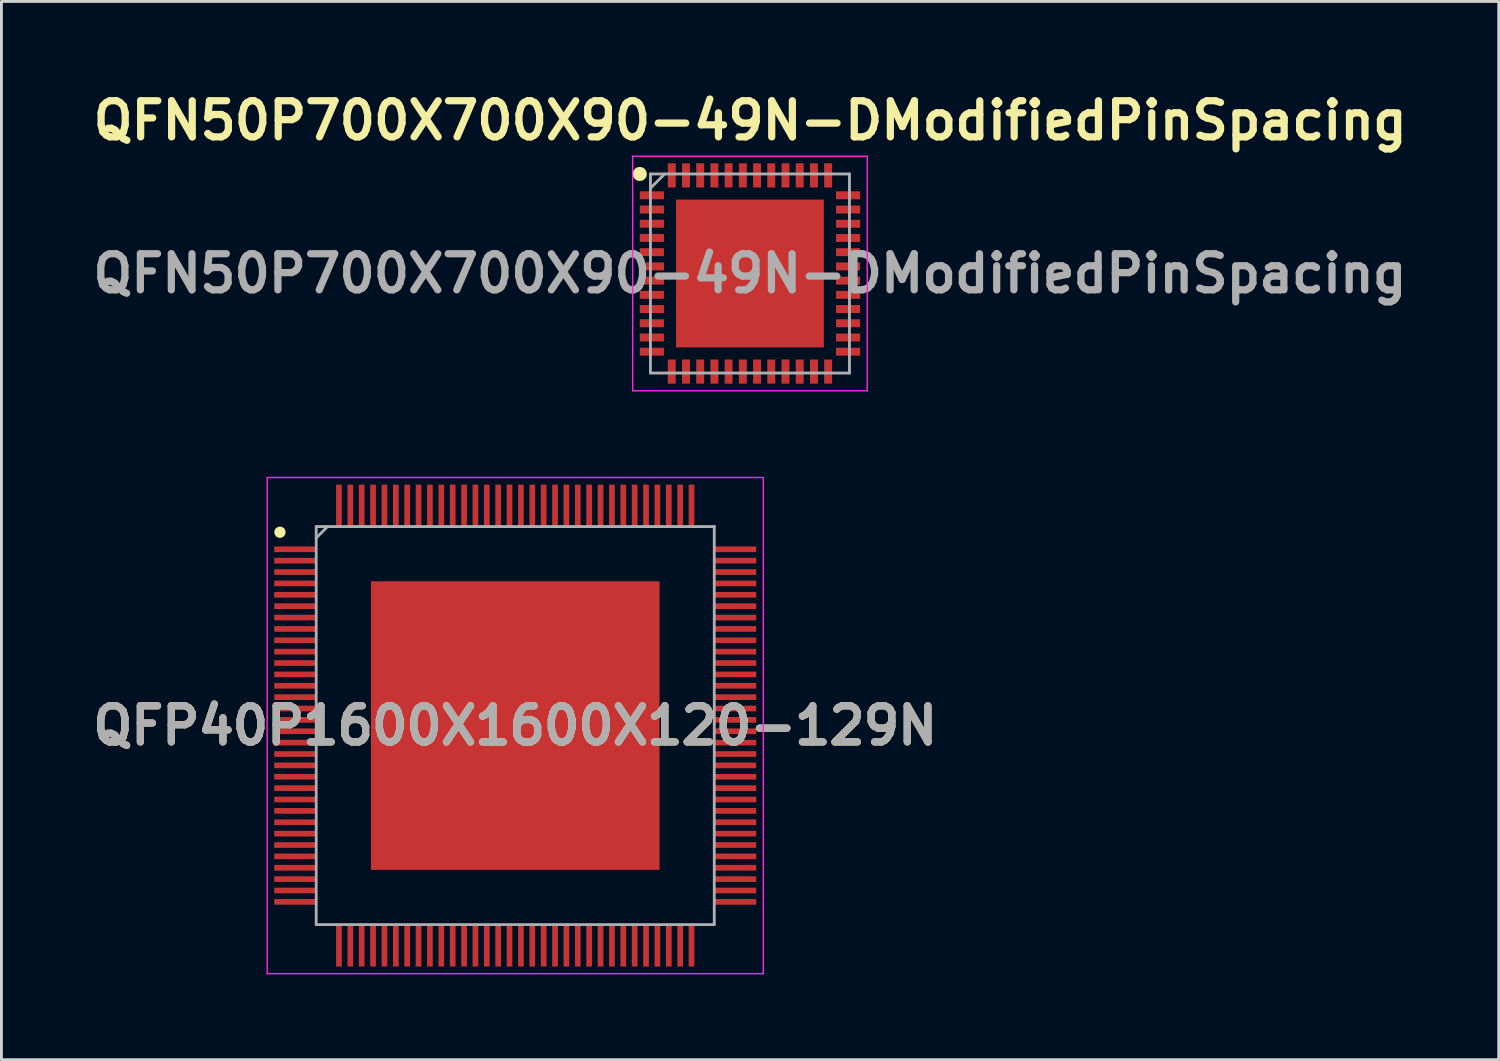
<source format=kicad_pcb>
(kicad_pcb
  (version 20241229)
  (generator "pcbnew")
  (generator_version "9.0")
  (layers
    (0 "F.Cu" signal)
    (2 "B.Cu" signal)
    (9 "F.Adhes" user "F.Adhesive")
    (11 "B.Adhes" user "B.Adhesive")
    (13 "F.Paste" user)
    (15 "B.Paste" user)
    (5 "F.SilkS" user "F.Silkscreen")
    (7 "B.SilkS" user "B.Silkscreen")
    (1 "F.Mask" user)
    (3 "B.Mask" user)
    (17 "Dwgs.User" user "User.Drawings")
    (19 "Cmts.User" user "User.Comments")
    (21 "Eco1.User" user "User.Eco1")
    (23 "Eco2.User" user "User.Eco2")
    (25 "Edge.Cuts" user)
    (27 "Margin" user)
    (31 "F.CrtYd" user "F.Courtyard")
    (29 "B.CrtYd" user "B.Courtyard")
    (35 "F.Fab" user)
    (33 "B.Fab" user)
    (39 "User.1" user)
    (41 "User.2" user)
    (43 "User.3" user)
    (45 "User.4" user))
  (footprint "QFN50P700X700X90-49N-DModifiedPinSpacing"
    (layer "F.Cu")
    (at 23.326 6.569)
    (property "Reference" "QFN50P700X700X90-49N-DModifiedPinSpacing" (at 0.01 -5.38 0) (layer "F.SilkS") (effects (font (size 1.27 1.27) (thickness 0.254))))
    (attr smd)
    (fp_circle (center -3.875 -3.5) (end -3.875 -3.375) (stroke (width 0.25) (type solid)) (fill no) (layer "F.SilkS"))
    (fp_line (start -4.125 -4.125) (end 4.125 -4.125) (stroke (width 0.05) (type solid)) (layer "F.CrtYd"))
    (fp_line (start -4.125 4.125) (end -4.125 -4.125) (stroke (width 0.05) (type solid)) (layer "F.CrtYd"))
    (fp_line (start 4.125 -4.125) (end 4.125 4.125) (stroke (width 0.05) (type solid)) (layer "F.CrtYd"))
    (fp_line (start 4.125 4.125) (end -4.125 4.125) (stroke (width 0.05) (type solid)) (layer "F.CrtYd"))
    (fp_line (start -3.5 -3.5) (end 3.5 -3.5) (stroke (width 0.1) (type solid)) (layer "F.Fab"))
    (fp_line (start -3.5 -3) (end -3 -3.5) (stroke (width 0.1) (type solid)) (layer "F.Fab"))
    (fp_line (start -3.5 3.5) (end -3.5 -3.5) (stroke (width 0.1) (type solid)) (layer "F.Fab"))
    (fp_line (start 3.5 -3.5) (end 3.5 3.5) (stroke (width 0.1) (type solid)) (layer "F.Fab"))
    (fp_line (start 3.5 3.5) (end -3.5 3.5) (stroke (width 0.1) (type solid)) (layer "F.Fab"))
    (fp_text user "${REFERENCE}" (at 0 0 0) (layer "F.Fab") (effects (font (size 1.27 1.27) (thickness 0.254))))
    (pad "1" smd rect (at -3.45 -2.75 90) (size 0.28 0.85) (layers "F.Cu" "F.Mask" "F.Paste"))
    (pad "2" smd rect (at -3.45 -2.25 90) (size 0.28 0.85) (layers "F.Cu" "F.Mask" "F.Paste"))
    (pad "3" smd rect (at -3.45 -1.75 90) (size 0.28 0.85) (layers "F.Cu" "F.Mask" "F.Paste"))
    (pad "4" smd rect (at -3.45 -1.25 90) (size 0.28 0.85) (layers "F.Cu" "F.Mask" "F.Paste"))
    (pad "5" smd rect (at -3.45 -0.75 90) (size 0.28 0.85) (layers "F.Cu" "F.Mask" "F.Paste"))
    (pad "6" smd rect (at -3.45 -0.25 90) (size 0.28 0.85) (layers "F.Cu" "F.Mask" "F.Paste"))
    (pad "7" smd rect (at -3.45 0.25 90) (size 0.28 0.85) (layers "F.Cu" "F.Mask" "F.Paste"))
    (pad "8" smd rect (at -3.45 0.75 90) (size 0.28 0.85) (layers "F.Cu" "F.Mask" "F.Paste"))
    (pad "9" smd rect (at -3.45 1.25 90) (size 0.28 0.85) (layers "F.Cu" "F.Mask" "F.Paste"))
    (pad "10" smd rect (at -3.45 1.75 90) (size 0.28 0.85) (layers "F.Cu" "F.Mask" "F.Paste"))
    (pad "11" smd rect (at -3.45 2.25 90) (size 0.28 0.85) (layers "F.Cu" "F.Mask" "F.Paste"))
    (pad "12" smd rect (at -3.45 2.75 90) (size 0.28 0.85) (layers "F.Cu" "F.Mask" "F.Paste"))
    (pad "13" smd rect (at -2.75 3.45) (size 0.28 0.85) (layers "F.Cu" "F.Mask" "F.Paste"))
    (pad "14" smd rect (at -2.25 3.45) (size 0.28 0.85) (layers "F.Cu" "F.Mask" "F.Paste"))
    (pad "15" smd rect (at -1.75 3.45) (size 0.28 0.85) (layers "F.Cu" "F.Mask" "F.Paste"))
    (pad "16" smd rect (at -1.25 3.45) (size 0.28 0.85) (layers "F.Cu" "F.Mask" "F.Paste"))
    (pad "17" smd rect (at -0.75 3.45) (size 0.28 0.85) (layers "F.Cu" "F.Mask" "F.Paste"))
    (pad "18" smd rect (at -0.25 3.45) (size 0.28 0.85) (layers "F.Cu" "F.Mask" "F.Paste"))
    (pad "19" smd rect (at 0.25 3.45) (size 0.28 0.85) (layers "F.Cu" "F.Mask" "F.Paste"))
    (pad "20" smd rect (at 0.75 3.45) (size 0.28 0.85) (layers "F.Cu" "F.Mask" "F.Paste"))
    (pad "21" smd rect (at 1.25 3.45) (size 0.28 0.85) (layers "F.Cu" "F.Mask" "F.Paste"))
    (pad "22" smd rect (at 1.75 3.45) (size 0.28 0.85) (layers "F.Cu" "F.Mask" "F.Paste"))
    (pad "23" smd rect (at 2.25 3.45) (size 0.28 0.85) (layers "F.Cu" "F.Mask" "F.Paste"))
    (pad "24" smd rect (at 2.75 3.45) (size 0.28 0.85) (layers "F.Cu" "F.Mask" "F.Paste"))
    (pad "25" smd rect (at 3.45 2.75 90) (size 0.28 0.85) (layers "F.Cu" "F.Mask" "F.Paste"))
    (pad "26" smd rect (at 3.45 2.25 90) (size 0.28 0.85) (layers "F.Cu" "F.Mask" "F.Paste"))
    (pad "27" smd rect (at 3.45 1.75 90) (size 0.28 0.85) (layers "F.Cu" "F.Mask" "F.Paste"))
    (pad "28" smd rect (at 3.45 1.25 90) (size 0.28 0.85) (layers "F.Cu" "F.Mask" "F.Paste"))
    (pad "29" smd rect (at 3.45 0.75 90) (size 0.28 0.85) (layers "F.Cu" "F.Mask" "F.Paste"))
    (pad "30" smd rect (at 3.45 0.25 90) (size 0.28 0.85) (layers "F.Cu" "F.Mask" "F.Paste"))
    (pad "31" smd rect (at 3.45 -0.25 90) (size 0.28 0.85) (layers "F.Cu" "F.Mask" "F.Paste"))
    (pad "32" smd rect (at 3.45 -0.75 90) (size 0.28 0.85) (layers "F.Cu" "F.Mask" "F.Paste"))
    (pad "33" smd rect (at 3.45 -1.25 90) (size 0.28 0.85) (layers "F.Cu" "F.Mask" "F.Paste"))
    (pad "34" smd rect (at 3.45 -1.75 90) (size 0.28 0.85) (layers "F.Cu" "F.Mask" "F.Paste"))
    (pad "35" smd rect (at 3.45 -2.25 90) (size 0.28 0.85) (layers "F.Cu" "F.Mask" "F.Paste"))
    (pad "36" smd rect (at 3.45 -2.75 90) (size 0.28 0.85) (layers "F.Cu" "F.Mask" "F.Paste"))
    (pad "37" smd rect (at 2.75 -3.45) (size 0.28 0.85) (layers "F.Cu" "F.Mask" "F.Paste"))
    (pad "38" smd rect (at 2.25 -3.45) (size 0.28 0.85) (layers "F.Cu" "F.Mask" "F.Paste"))
    (pad "39" smd rect (at 1.75 -3.45) (size 0.28 0.85) (layers "F.Cu" "F.Mask" "F.Paste"))
    (pad "40" smd rect (at 1.25 -3.45) (size 0.28 0.85) (layers "F.Cu" "F.Mask" "F.Paste"))
    (pad "41" smd rect (at 0.75 -3.45) (size 0.28 0.85) (layers "F.Cu" "F.Mask" "F.Paste"))
    (pad "42" smd rect (at 0.25 -3.45) (size 0.28 0.85) (layers "F.Cu" "F.Mask" "F.Paste"))
    (pad "43" smd rect (at -0.25 -3.45) (size 0.28 0.85) (layers "F.Cu" "F.Mask" "F.Paste"))
    (pad "44" smd rect (at -0.75 -3.45) (size 0.28 0.85) (layers "F.Cu" "F.Mask" "F.Paste"))
    (pad "45" smd rect (at -1.25 -3.45) (size 0.28 0.85) (layers "F.Cu" "F.Mask" "F.Paste"))
    (pad "46" smd rect (at -1.75 -3.45) (size 0.28 0.85) (layers "F.Cu" "F.Mask" "F.Paste"))
    (pad "47" smd rect (at -2.25 -3.45) (size 0.28 0.85) (layers "F.Cu" "F.Mask" "F.Paste"))
    (pad "48" smd rect (at -2.75 -3.45) (size 0.28 0.85) (layers "F.Cu" "F.Mask" "F.Paste"))
    (pad "49" smd rect (at 0 0) (size 5.2 5.2) (layers "F.Cu" "F.Mask" "F.Paste")))
  (footprint "QFP40P1600X1600X120-129N"
    (layer "F.Cu")
    (at 15.071 22.469)
    (property "Reference" "QFP40P1600X1600X120-129N" (at 0 0 0) (layer "F.SilkS") (effects (font (size 1.27 1.27) (thickness 0.254))))
    (attr smd)
    (fp_circle (center -8.275 -6.8) (end -8.275 -6.7) (stroke (width 0.2) (type solid)) (fill no) (layer "F.SilkS"))
    (fp_line (start -8.725 -8.725) (end 8.725 -8.725) (stroke (width 0.05) (type solid)) (layer "F.CrtYd"))
    (fp_line (start -8.725 8.725) (end -8.725 -8.725) (stroke (width 0.05) (type solid)) (layer "F.CrtYd"))
    (fp_line (start 8.725 -8.725) (end 8.725 8.725) (stroke (width 0.05) (type solid)) (layer "F.CrtYd"))
    (fp_line (start 8.725 8.725) (end -8.725 8.725) (stroke (width 0.05) (type solid)) (layer "F.CrtYd"))
    (fp_line (start -7 -7) (end 7 -7) (stroke (width 0.1) (type solid)) (layer "F.Fab"))
    (fp_line (start -7 -6.6) (end -6.6 -7) (stroke (width 0.1) (type solid)) (layer "F.Fab"))
    (fp_line (start -7 7) (end -7 -7) (stroke (width 0.1) (type solid)) (layer "F.Fab"))
    (fp_line (start 7 -7) (end 7 7) (stroke (width 0.1) (type solid)) (layer "F.Fab"))
    (fp_line (start 7 7) (end -7 7) (stroke (width 0.1) (type solid)) (layer "F.Fab"))
    (fp_text user "${REFERENCE}" (at 0 0 0) (layer "F.Fab") (effects (font (size 1.27 1.27) (thickness 0.254))))
    (pad "1" smd rect (at -7.738 -6.2 90) (size 0.2 1.475) (layers "F.Cu" "F.Mask" "F.Paste"))
    (pad "2" smd rect (at -7.738 -5.8 90) (size 0.2 1.475) (layers "F.Cu" "F.Mask" "F.Paste"))
    (pad "3" smd rect (at -7.738 -5.4 90) (size 0.2 1.475) (layers "F.Cu" "F.Mask" "F.Paste"))
    (pad "4" smd rect (at -7.738 -5 90) (size 0.2 1.475) (layers "F.Cu" "F.Mask" "F.Paste"))
    (pad "5" smd rect (at -7.738 -4.6 90) (size 0.2 1.475) (layers "F.Cu" "F.Mask" "F.Paste"))
    (pad "6" smd rect (at -7.738 -4.2 90) (size 0.2 1.475) (layers "F.Cu" "F.Mask" "F.Paste"))
    (pad "7" smd rect (at -7.738 -3.8 90) (size 0.2 1.475) (layers "F.Cu" "F.Mask" "F.Paste"))
    (pad "8" smd rect (at -7.738 -3.4 90) (size 0.2 1.475) (layers "F.Cu" "F.Mask" "F.Paste"))
    (pad "9" smd rect (at -7.738 -3 90) (size 0.2 1.475) (layers "F.Cu" "F.Mask" "F.Paste"))
    (pad "10" smd rect (at -7.738 -2.6 90) (size 0.2 1.475) (layers "F.Cu" "F.Mask" "F.Paste"))
    (pad "11" smd rect (at -7.738 -2.2 90) (size 0.2 1.475) (layers "F.Cu" "F.Mask" "F.Paste"))
    (pad "12" smd rect (at -7.738 -1.8 90) (size 0.2 1.475) (layers "F.Cu" "F.Mask" "F.Paste"))
    (pad "13" smd rect (at -7.738 -1.4 90) (size 0.2 1.475) (layers "F.Cu" "F.Mask" "F.Paste"))
    (pad "14" smd rect (at -7.738 -1 90) (size 0.2 1.475) (layers "F.Cu" "F.Mask" "F.Paste"))
    (pad "15" smd rect (at -7.738 -0.6 90) (size 0.2 1.475) (layers "F.Cu" "F.Mask" "F.Paste"))
    (pad "16" smd rect (at -7.738 -0.2 90) (size 0.2 1.475) (layers "F.Cu" "F.Mask" "F.Paste"))
    (pad "17" smd rect (at -7.738 0.2 90) (size 0.2 1.475) (layers "F.Cu" "F.Mask" "F.Paste"))
    (pad "18" smd rect (at -7.738 0.6 90) (size 0.2 1.475) (layers "F.Cu" "F.Mask" "F.Paste"))
    (pad "19" smd rect (at -7.738 1 90) (size 0.2 1.475) (layers "F.Cu" "F.Mask" "F.Paste"))
    (pad "20" smd rect (at -7.738 1.4 90) (size 0.2 1.475) (layers "F.Cu" "F.Mask" "F.Paste"))
    (pad "21" smd rect (at -7.738 1.8 90) (size 0.2 1.475) (layers "F.Cu" "F.Mask" "F.Paste"))
    (pad "22" smd rect (at -7.738 2.2 90) (size 0.2 1.475) (layers "F.Cu" "F.Mask" "F.Paste"))
    (pad "23" smd rect (at -7.738 2.6 90) (size 0.2 1.475) (layers "F.Cu" "F.Mask" "F.Paste"))
    (pad "24" smd rect (at -7.738 3 90) (size 0.2 1.475) (layers "F.Cu" "F.Mask" "F.Paste"))
    (pad "25" smd rect (at -7.738 3.4 90) (size 0.2 1.475) (layers "F.Cu" "F.Mask" "F.Paste"))
    (pad "26" smd rect (at -7.738 3.8 90) (size 0.2 1.475) (layers "F.Cu" "F.Mask" "F.Paste"))
    (pad "27" smd rect (at -7.738 4.2 90) (size 0.2 1.475) (layers "F.Cu" "F.Mask" "F.Paste"))
    (pad "28" smd rect (at -7.738 4.6 90) (size 0.2 1.475) (layers "F.Cu" "F.Mask" "F.Paste"))
    (pad "29" smd rect (at -7.738 5 90) (size 0.2 1.475) (layers "F.Cu" "F.Mask" "F.Paste"))
    (pad "30" smd rect (at -7.738 5.4 90) (size 0.2 1.475) (layers "F.Cu" "F.Mask" "F.Paste"))
    (pad "31" smd rect (at -7.738 5.8 90) (size 0.2 1.475) (layers "F.Cu" "F.Mask" "F.Paste"))
    (pad "32" smd rect (at -7.738 6.2 90) (size 0.2 1.475) (layers "F.Cu" "F.Mask" "F.Paste"))
    (pad "33" smd rect (at -6.2 7.738) (size 0.2 1.475) (layers "F.Cu" "F.Mask" "F.Paste"))
    (pad "34" smd rect (at -5.8 7.738) (size 0.2 1.475) (layers "F.Cu" "F.Mask" "F.Paste"))
    (pad "35" smd rect (at -5.4 7.738) (size 0.2 1.475) (layers "F.Cu" "F.Mask" "F.Paste"))
    (pad "36" smd rect (at -5 7.738) (size 0.2 1.475) (layers "F.Cu" "F.Mask" "F.Paste"))
    (pad "37" smd rect (at -4.6 7.738) (size 0.2 1.475) (layers "F.Cu" "F.Mask" "F.Paste"))
    (pad "38" smd rect (at -4.2 7.738) (size 0.2 1.475) (layers "F.Cu" "F.Mask" "F.Paste"))
    (pad "39" smd rect (at -3.8 7.738) (size 0.2 1.475) (layers "F.Cu" "F.Mask" "F.Paste"))
    (pad "40" smd rect (at -3.4 7.738) (size 0.2 1.475) (layers "F.Cu" "F.Mask" "F.Paste"))
    (pad "41" smd rect (at -3 7.738) (size 0.2 1.475) (layers "F.Cu" "F.Mask" "F.Paste"))
    (pad "42" smd rect (at -2.6 7.738) (size 0.2 1.475) (layers "F.Cu" "F.Mask" "F.Paste"))
    (pad "43" smd rect (at -2.2 7.738) (size 0.2 1.475) (layers "F.Cu" "F.Mask" "F.Paste"))
    (pad "44" smd rect (at -1.8 7.738) (size 0.2 1.475) (layers "F.Cu" "F.Mask" "F.Paste"))
    (pad "45" smd rect (at -1.4 7.738) (size 0.2 1.475) (layers "F.Cu" "F.Mask" "F.Paste"))
    (pad "46" smd rect (at -1 7.738) (size 0.2 1.475) (layers "F.Cu" "F.Mask" "F.Paste"))
    (pad "47" smd rect (at -0.6 7.738) (size 0.2 1.475) (layers "F.Cu" "F.Mask" "F.Paste"))
    (pad "48" smd rect (at -0.2 7.738) (size 0.2 1.475) (layers "F.Cu" "F.Mask" "F.Paste"))
    (pad "49" smd rect (at 0.2 7.738) (size 0.2 1.475) (layers "F.Cu" "F.Mask" "F.Paste"))
    (pad "50" smd rect (at 0.6 7.738) (size 0.2 1.475) (layers "F.Cu" "F.Mask" "F.Paste"))
    (pad "51" smd rect (at 1 7.738) (size 0.2 1.475) (layers "F.Cu" "F.Mask" "F.Paste"))
    (pad "52" smd rect (at 1.4 7.738) (size 0.2 1.475) (layers "F.Cu" "F.Mask" "F.Paste"))
    (pad "53" smd rect (at 1.8 7.738) (size 0.2 1.475) (layers "F.Cu" "F.Mask" "F.Paste"))
    (pad "54" smd rect (at 2.2 7.738) (size 0.2 1.475) (layers "F.Cu" "F.Mask" "F.Paste"))
    (pad "55" smd rect (at 2.6 7.738) (size 0.2 1.475) (layers "F.Cu" "F.Mask" "F.Paste"))
    (pad "56" smd rect (at 3 7.738) (size 0.2 1.475) (layers "F.Cu" "F.Mask" "F.Paste"))
    (pad "57" smd rect (at 3.4 7.738) (size 0.2 1.475) (layers "F.Cu" "F.Mask" "F.Paste"))
    (pad "58" smd rect (at 3.8 7.738) (size 0.2 1.475) (layers "F.Cu" "F.Mask" "F.Paste"))
    (pad "59" smd rect (at 4.2 7.738) (size 0.2 1.475) (layers "F.Cu" "F.Mask" "F.Paste"))
    (pad "60" smd rect (at 4.6 7.738) (size 0.2 1.475) (layers "F.Cu" "F.Mask" "F.Paste"))
    (pad "61" smd rect (at 5 7.738) (size 0.2 1.475) (layers "F.Cu" "F.Mask" "F.Paste"))
    (pad "62" smd rect (at 5.4 7.738) (size 0.2 1.475) (layers "F.Cu" "F.Mask" "F.Paste"))
    (pad "63" smd rect (at 5.8 7.738) (size 0.2 1.475) (layers "F.Cu" "F.Mask" "F.Paste"))
    (pad "64" smd rect (at 6.2 7.738) (size 0.2 1.475) (layers "F.Cu" "F.Mask" "F.Paste"))
    (pad "65" smd rect (at 7.738 6.2 90) (size 0.2 1.475) (layers "F.Cu" "F.Mask" "F.Paste"))
    (pad "66" smd rect (at 7.738 5.8 90) (size 0.2 1.475) (layers "F.Cu" "F.Mask" "F.Paste"))
    (pad "67" smd rect (at 7.738 5.4 90) (size 0.2 1.475) (layers "F.Cu" "F.Mask" "F.Paste"))
    (pad "68" smd rect (at 7.738 5 90) (size 0.2 1.475) (layers "F.Cu" "F.Mask" "F.Paste"))
    (pad "69" smd rect (at 7.738 4.6 90) (size 0.2 1.475) (layers "F.Cu" "F.Mask" "F.Paste"))
    (pad "70" smd rect (at 7.738 4.2 90) (size 0.2 1.475) (layers "F.Cu" "F.Mask" "F.Paste"))
    (pad "71" smd rect (at 7.738 3.8 90) (size 0.2 1.475) (layers "F.Cu" "F.Mask" "F.Paste"))
    (pad "72" smd rect (at 7.738 3.4 90) (size 0.2 1.475) (layers "F.Cu" "F.Mask" "F.Paste"))
    (pad "73" smd rect (at 7.738 3 90) (size 0.2 1.475) (layers "F.Cu" "F.Mask" "F.Paste"))
    (pad "74" smd rect (at 7.738 2.6 90) (size 0.2 1.475) (layers "F.Cu" "F.Mask" "F.Paste"))
    (pad "75" smd rect (at 7.738 2.2 90) (size 0.2 1.475) (layers "F.Cu" "F.Mask" "F.Paste"))
    (pad "76" smd rect (at 7.738 1.8 90) (size 0.2 1.475) (layers "F.Cu" "F.Mask" "F.Paste"))
    (pad "77" smd rect (at 7.738 1.4 90) (size 0.2 1.475) (layers "F.Cu" "F.Mask" "F.Paste"))
    (pad "78" smd rect (at 7.738 1 90) (size 0.2 1.475) (layers "F.Cu" "F.Mask" "F.Paste"))
    (pad "79" smd rect (at 7.738 0.6 90) (size 0.2 1.475) (layers "F.Cu" "F.Mask" "F.Paste"))
    (pad "80" smd rect (at 7.738 0.2 90) (size 0.2 1.475) (layers "F.Cu" "F.Mask" "F.Paste"))
    (pad "81" smd rect (at 7.738 -0.2 90) (size 0.2 1.475) (layers "F.Cu" "F.Mask" "F.Paste"))
    (pad "82" smd rect (at 7.738 -0.6 90) (size 0.2 1.475) (layers "F.Cu" "F.Mask" "F.Paste"))
    (pad "83" smd rect (at 7.738 -1 90) (size 0.2 1.475) (layers "F.Cu" "F.Mask" "F.Paste"))
    (pad "84" smd rect (at 7.738 -1.4 90) (size 0.2 1.475) (layers "F.Cu" "F.Mask" "F.Paste"))
    (pad "85" smd rect (at 7.738 -1.8 90) (size 0.2 1.475) (layers "F.Cu" "F.Mask" "F.Paste"))
    (pad "86" smd rect (at 7.738 -2.2 90) (size 0.2 1.475) (layers "F.Cu" "F.Mask" "F.Paste"))
    (pad "87" smd rect (at 7.738 -2.6 90) (size 0.2 1.475) (layers "F.Cu" "F.Mask" "F.Paste"))
    (pad "88" smd rect (at 7.738 -3 90) (size 0.2 1.475) (layers "F.Cu" "F.Mask" "F.Paste"))
    (pad "89" smd rect (at 7.738 -3.4 90) (size 0.2 1.475) (layers "F.Cu" "F.Mask" "F.Paste"))
    (pad "90" smd rect (at 7.738 -3.8 90) (size 0.2 1.475) (layers "F.Cu" "F.Mask" "F.Paste"))
    (pad "91" smd rect (at 7.738 -4.2 90) (size 0.2 1.475) (layers "F.Cu" "F.Mask" "F.Paste"))
    (pad "92" smd rect (at 7.738 -4.6 90) (size 0.2 1.475) (layers "F.Cu" "F.Mask" "F.Paste"))
    (pad "93" smd rect (at 7.738 -5 90) (size 0.2 1.475) (layers "F.Cu" "F.Mask" "F.Paste"))
    (pad "94" smd rect (at 7.738 -5.4 90) (size 0.2 1.475) (layers "F.Cu" "F.Mask" "F.Paste"))
    (pad "95" smd rect (at 7.738 -5.8 90) (size 0.2 1.475) (layers "F.Cu" "F.Mask" "F.Paste"))
    (pad "96" smd rect (at 7.738 -6.2 90) (size 0.2 1.475) (layers "F.Cu" "F.Mask" "F.Paste"))
    (pad "97" smd rect (at 6.2 -7.738) (size 0.2 1.475) (layers "F.Cu" "F.Mask" "F.Paste"))
    (pad "98" smd rect (at 5.8 -7.738) (size 0.2 1.475) (layers "F.Cu" "F.Mask" "F.Paste"))
    (pad "99" smd rect (at 5.4 -7.738) (size 0.2 1.475) (layers "F.Cu" "F.Mask" "F.Paste"))
    (pad "100" smd rect (at 5 -7.738) (size 0.2 1.475) (layers "F.Cu" "F.Mask" "F.Paste"))
    (pad "101" smd rect (at 4.6 -7.738) (size 0.2 1.475) (layers "F.Cu" "F.Mask" "F.Paste"))
    (pad "102" smd rect (at 4.2 -7.738) (size 0.2 1.475) (layers "F.Cu" "F.Mask" "F.Paste"))
    (pad "103" smd rect (at 3.8 -7.738) (size 0.2 1.475) (layers "F.Cu" "F.Mask" "F.Paste"))
    (pad "104" smd rect (at 3.4 -7.738) (size 0.2 1.475) (layers "F.Cu" "F.Mask" "F.Paste"))
    (pad "105" smd rect (at 3 -7.738) (size 0.2 1.475) (layers "F.Cu" "F.Mask" "F.Paste"))
    (pad "106" smd rect (at 2.6 -7.738) (size 0.2 1.475) (layers "F.Cu" "F.Mask" "F.Paste"))
    (pad "107" smd rect (at 2.2 -7.738) (size 0.2 1.475) (layers "F.Cu" "F.Mask" "F.Paste"))
    (pad "108" smd rect (at 1.8 -7.738) (size 0.2 1.475) (layers "F.Cu" "F.Mask" "F.Paste"))
    (pad "109" smd rect (at 1.4 -7.738) (size 0.2 1.475) (layers "F.Cu" "F.Mask" "F.Paste"))
    (pad "110" smd rect (at 1 -7.738) (size 0.2 1.475) (layers "F.Cu" "F.Mask" "F.Paste"))
    (pad "111" smd rect (at 0.6 -7.738) (size 0.2 1.475) (layers "F.Cu" "F.Mask" "F.Paste"))
    (pad "112" smd rect (at 0.2 -7.738) (size 0.2 1.475) (layers "F.Cu" "F.Mask" "F.Paste"))
    (pad "113" smd rect (at -0.2 -7.738) (size 0.2 1.475) (layers "F.Cu" "F.Mask" "F.Paste"))
    (pad "114" smd rect (at -0.6 -7.738) (size 0.2 1.475) (layers "F.Cu" "F.Mask" "F.Paste"))
    (pad "115" smd rect (at -1 -7.738) (size 0.2 1.475) (layers "F.Cu" "F.Mask" "F.Paste"))
    (pad "116" smd rect (at -1.4 -7.738) (size 0.2 1.475) (layers "F.Cu" "F.Mask" "F.Paste"))
    (pad "117" smd rect (at -1.8 -7.738) (size 0.2 1.475) (layers "F.Cu" "F.Mask" "F.Paste"))
    (pad "118" smd rect (at -2.2 -7.738) (size 0.2 1.475) (layers "F.Cu" "F.Mask" "F.Paste"))
    (pad "119" smd rect (at -2.6 -7.738) (size 0.2 1.475) (layers "F.Cu" "F.Mask" "F.Paste"))
    (pad "120" smd rect (at -3 -7.738) (size 0.2 1.475) (layers "F.Cu" "F.Mask" "F.Paste"))
    (pad "121" smd rect (at -3.4 -7.738) (size 0.2 1.475) (layers "F.Cu" "F.Mask" "F.Paste"))
    (pad "122" smd rect (at -3.8 -7.738) (size 0.2 1.475) (layers "F.Cu" "F.Mask" "F.Paste"))
    (pad "123" smd rect (at -4.2 -7.738) (size 0.2 1.475) (layers "F.Cu" "F.Mask" "F.Paste"))
    (pad "124" smd rect (at -4.6 -7.738) (size 0.2 1.475) (layers "F.Cu" "F.Mask" "F.Paste"))
    (pad "125" smd rect (at -5 -7.738) (size 0.2 1.475) (layers "F.Cu" "F.Mask" "F.Paste"))
    (pad "126" smd rect (at -5.4 -7.738) (size 0.2 1.475) (layers "F.Cu" "F.Mask" "F.Paste"))
    (pad "127" smd rect (at -5.8 -7.738) (size 0.2 1.475) (layers "F.Cu" "F.Mask" "F.Paste"))
    (pad "128" smd rect (at -6.2 -7.738) (size 0.2 1.475) (layers "F.Cu" "F.Mask" "F.Paste"))
    (pad "129" smd rect (at 0 0) (size 10.15 10.15) (layers "F.Cu" "F.Mask" "F.Paste")))
  (gr_rect
    (start -3 -3)
    (end 49.661 34.219)
    (stroke (width 0.1) (type default))
    (fill no)
    (layer "Edge.Cuts")))
</source>
